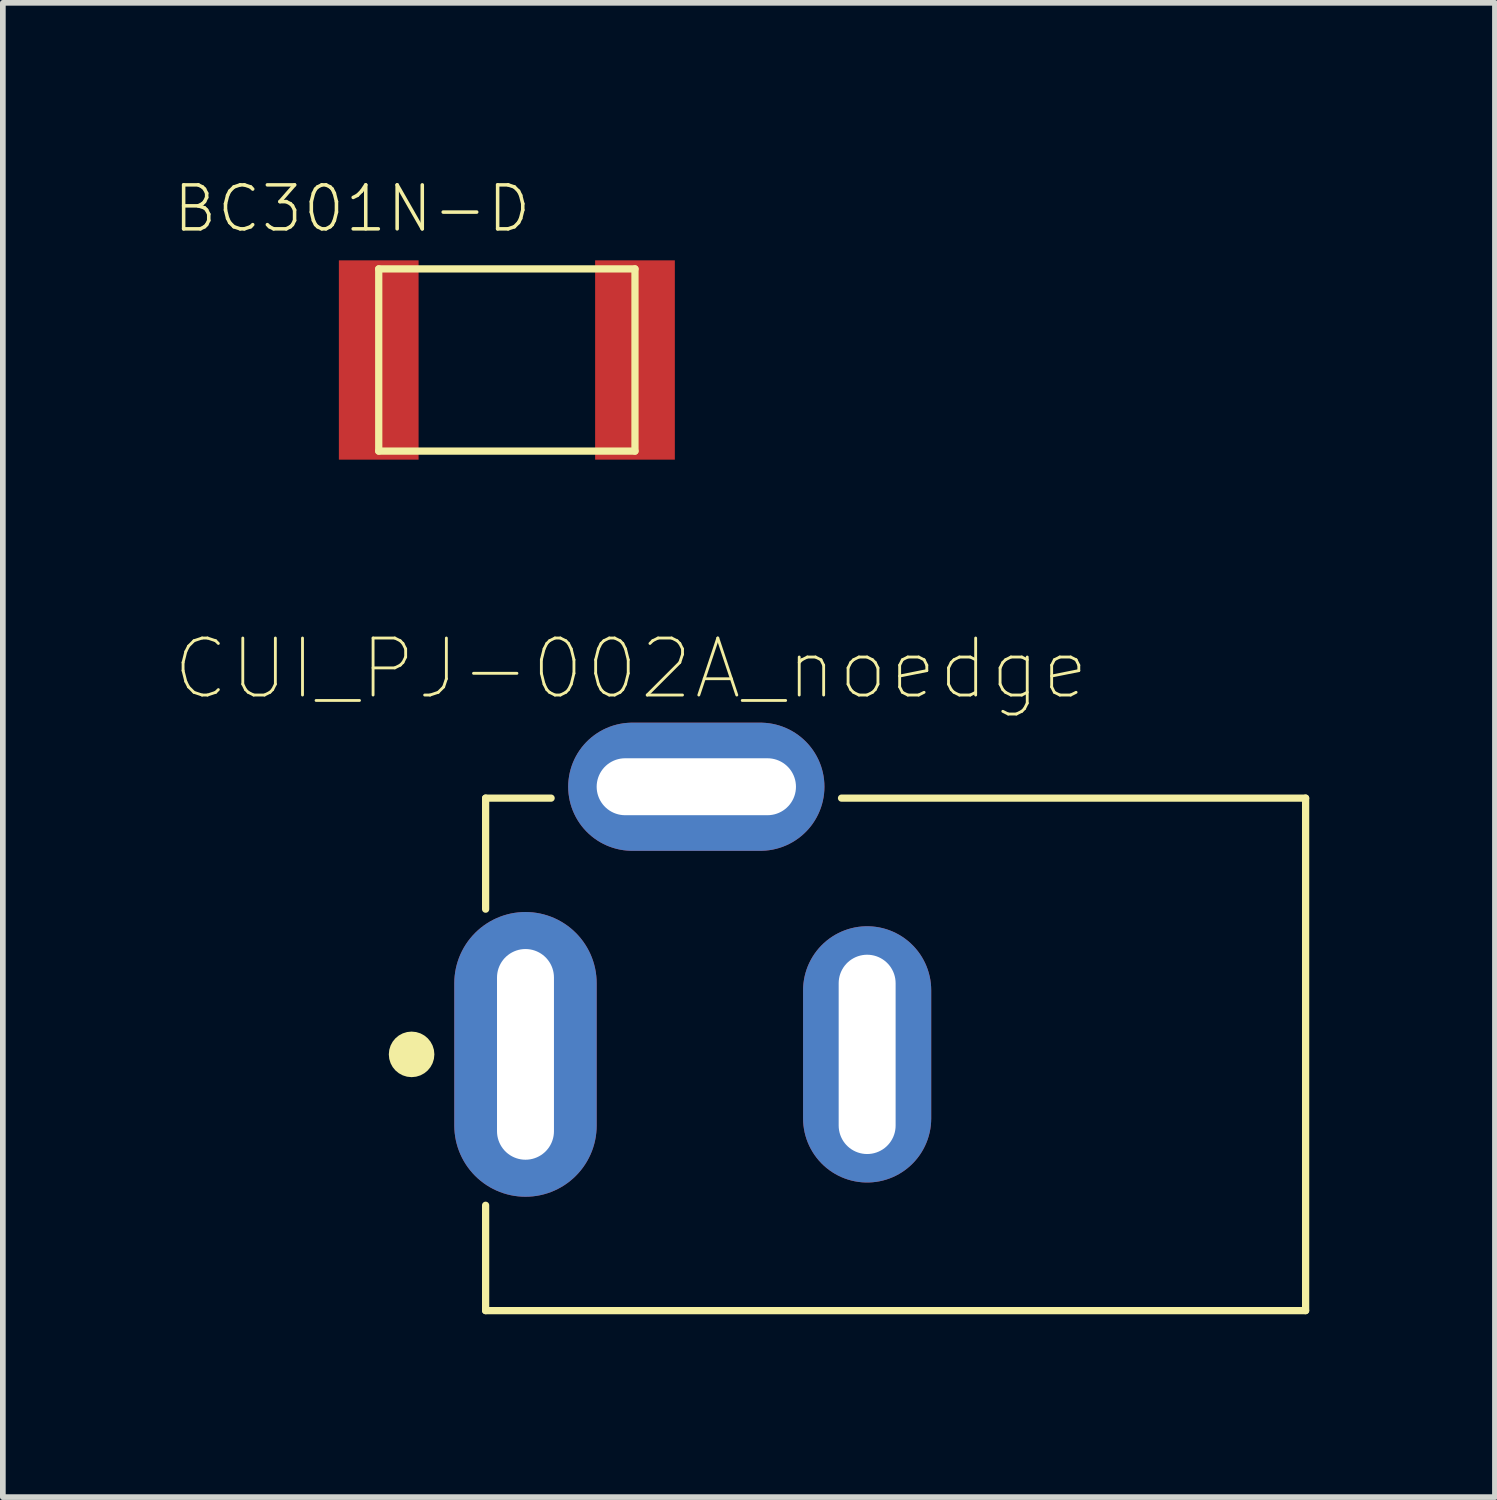
<source format=kicad_pcb>
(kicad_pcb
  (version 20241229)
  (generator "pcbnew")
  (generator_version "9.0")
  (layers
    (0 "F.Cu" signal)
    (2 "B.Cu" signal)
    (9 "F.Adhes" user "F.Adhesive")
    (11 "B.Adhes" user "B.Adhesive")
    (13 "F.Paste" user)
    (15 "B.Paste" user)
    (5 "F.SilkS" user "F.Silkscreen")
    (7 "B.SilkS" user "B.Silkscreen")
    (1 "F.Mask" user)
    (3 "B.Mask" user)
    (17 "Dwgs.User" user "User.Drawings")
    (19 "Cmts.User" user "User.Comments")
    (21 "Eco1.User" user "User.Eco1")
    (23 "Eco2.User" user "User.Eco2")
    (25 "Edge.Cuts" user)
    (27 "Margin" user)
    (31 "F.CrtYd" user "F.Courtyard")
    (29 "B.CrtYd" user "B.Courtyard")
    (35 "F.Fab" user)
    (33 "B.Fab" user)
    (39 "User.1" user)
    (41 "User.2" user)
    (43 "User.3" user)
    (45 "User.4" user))
  (footprint "CUI_PJ-002A_noedge"
    (layer "F.Cu")
    (at 6.178 15.466)
    (property "Reference" "CUI_PJ-002A_noedge" (at 1.852 -6.771 0) (layer "F.SilkS") (effects (font (size 1.001 1.001) (thickness 0.05))))
    (attr through_hole)
    (fp_line (start 0.5 -1.75) (end 0.5 1.75) (stroke (width 0.0001) (type solid)) (layer "F.Mask"))
    (fp_line (start -0.7 -4.5) (end 0.45 -4.5) (stroke (width 0.127) (type solid)) (layer "F.SilkS"))
    (fp_line (start -0.7 -2.55) (end -0.7 -4.5) (stroke (width 0.127) (type solid)) (layer "F.SilkS"))
    (fp_line (start -0.7 4.5) (end -0.7 2.65) (stroke (width 0.127) (type solid)) (layer "F.SilkS"))
    (fp_line (start 5.55 -4.5) (end 13.7 -4.5) (stroke (width 0.127) (type solid)) (layer "F.SilkS"))
    (fp_line (start 13.7 -4.5) (end 13.7 4.5) (stroke (width 0.127) (type solid)) (layer "F.SilkS"))
    (fp_line (start 13.7 4.5) (end -0.7 4.5) (stroke (width 0.127) (type solid)) (layer "F.SilkS"))
    (fp_circle (center -2 0) (end -1.8 0) (stroke (width 0.4) (type solid)) (fill no) (layer "F.SilkS"))
    (fp_line (start -1.55 -2.25) (end -1.55 2.35) (stroke (width 0.05) (type solid)) (layer "Eco1.User"))
    (fp_line (start -1.55 2.35) (end -1 2.35) (stroke (width 0.05) (type solid)) (layer "Eco1.User"))
    (fp_line (start -1 -4.75) (end 0.45 -4.75) (stroke (width 0.05) (type solid)) (layer "Eco1.User"))
    (fp_line (start -1 -2.25) (end -1.55 -2.25) (stroke (width 0.05) (type solid)) (layer "Eco1.User"))
    (fp_line (start -1 -2.25) (end -1 -4.75) (stroke (width 0.05) (type solid)) (layer "Eco1.User"))
    (fp_line (start -1 4.75) (end -1 2.35) (stroke (width 0.05) (type solid)) (layer "Eco1.User"))
    (fp_line (start 0.45 -6.1) (end 5.55 -6.1) (stroke (width 0.05) (type solid)) (layer "Eco1.User"))
    (fp_line (start 0.45 -4.75) (end 0.45 -6.1) (stroke (width 0.05) (type solid)) (layer "Eco1.User"))
    (fp_line (start 5.55 -6.1) (end 5.55 -4.75) (stroke (width 0.05) (type solid)) (layer "Eco1.User"))
    (fp_line (start 5.55 -4.75) (end 14 -4.75) (stroke (width 0.05) (type solid)) (layer "Eco1.User"))
    (fp_line (start 14 -4.75) (end 14 4.75) (stroke (width 0.05) (type solid)) (layer "Eco1.User"))
    (fp_line (start 14 4.75) (end -1 4.75) (stroke (width 0.05) (type solid)) (layer "Eco1.User"))
    (fp_line (start -0.7 -4.5) (end 13.7 -4.5) (stroke (width 0.127) (type solid)) (layer "Eco2.User"))
    (fp_line (start -0.7 4.5) (end -0.7 -4.5) (stroke (width 0.127) (type solid)) (layer "Eco2.User"))
    (fp_line (start 13.7 -4.5) (end 13.7 4.5) (stroke (width 0.127) (type solid)) (layer "Eco2.User"))
    (fp_line (start 13.7 4.5) (end -0.7 4.5) (stroke (width 0.127) (type solid)) (layer "Eco2.User"))
    (pad "1" thru_hole oval (at 0 0 90) (size 5 2.5) (drill oval 3.7 1) (layers "*.Cu" "*.Mask"))
    (pad "2" thru_hole oval (at 6 0 90) (size 4.5 2.25) (drill oval 3.5 1) (layers "*.Cu" "*.Mask"))
    (pad "3" thru_hole oval (at 3 -4.7 180) (size 4.5 2.25) (drill oval 3.5 1) (layers "*.Cu" "*.Mask")))
  (footprint "BC301N-D"
    (layer "F.Cu")
    (at 5.851 3.272)
    (property "Reference" "BC301N-D" (at 0.467 -3.109 180) (layer "F.SilkS") (effects (font (size 0.772 0.772) (thickness 0.062)) (justify right top)))
    (attr through_hole)
    (fp_line (start -2.25 -1.6) (end -2.25 1.6) (stroke (width 0.127) (type solid)) (layer "F.SilkS"))
    (fp_line (start -2.25 1.6) (end 2.25 1.6) (stroke (width 0.127) (type solid)) (layer "F.SilkS"))
    (fp_line (start 2.25 -1.6) (end -2.25 -1.6) (stroke (width 0.127) (type solid)) (layer "F.SilkS"))
    (fp_line (start 2.25 1.6) (end 2.25 -1.6) (stroke (width 0.127) (type solid)) (layer "F.SilkS"))
    (pad "1" smd rect (at -2.25 0 90) (size 3.5 1.4) (layers "F.Cu" "F.Mask" "F.Paste"))
    (pad "2" smd rect (at 2.25 0 90) (size 3.5 1.4) (layers "F.Cu" "F.Mask" "F.Paste")))
  (gr_rect
    (start -3 -3)
    (end 23.203 23.241)
    (stroke (width 0.1) (type default))
    (fill no)
    (layer "Edge.Cuts")))
</source>
